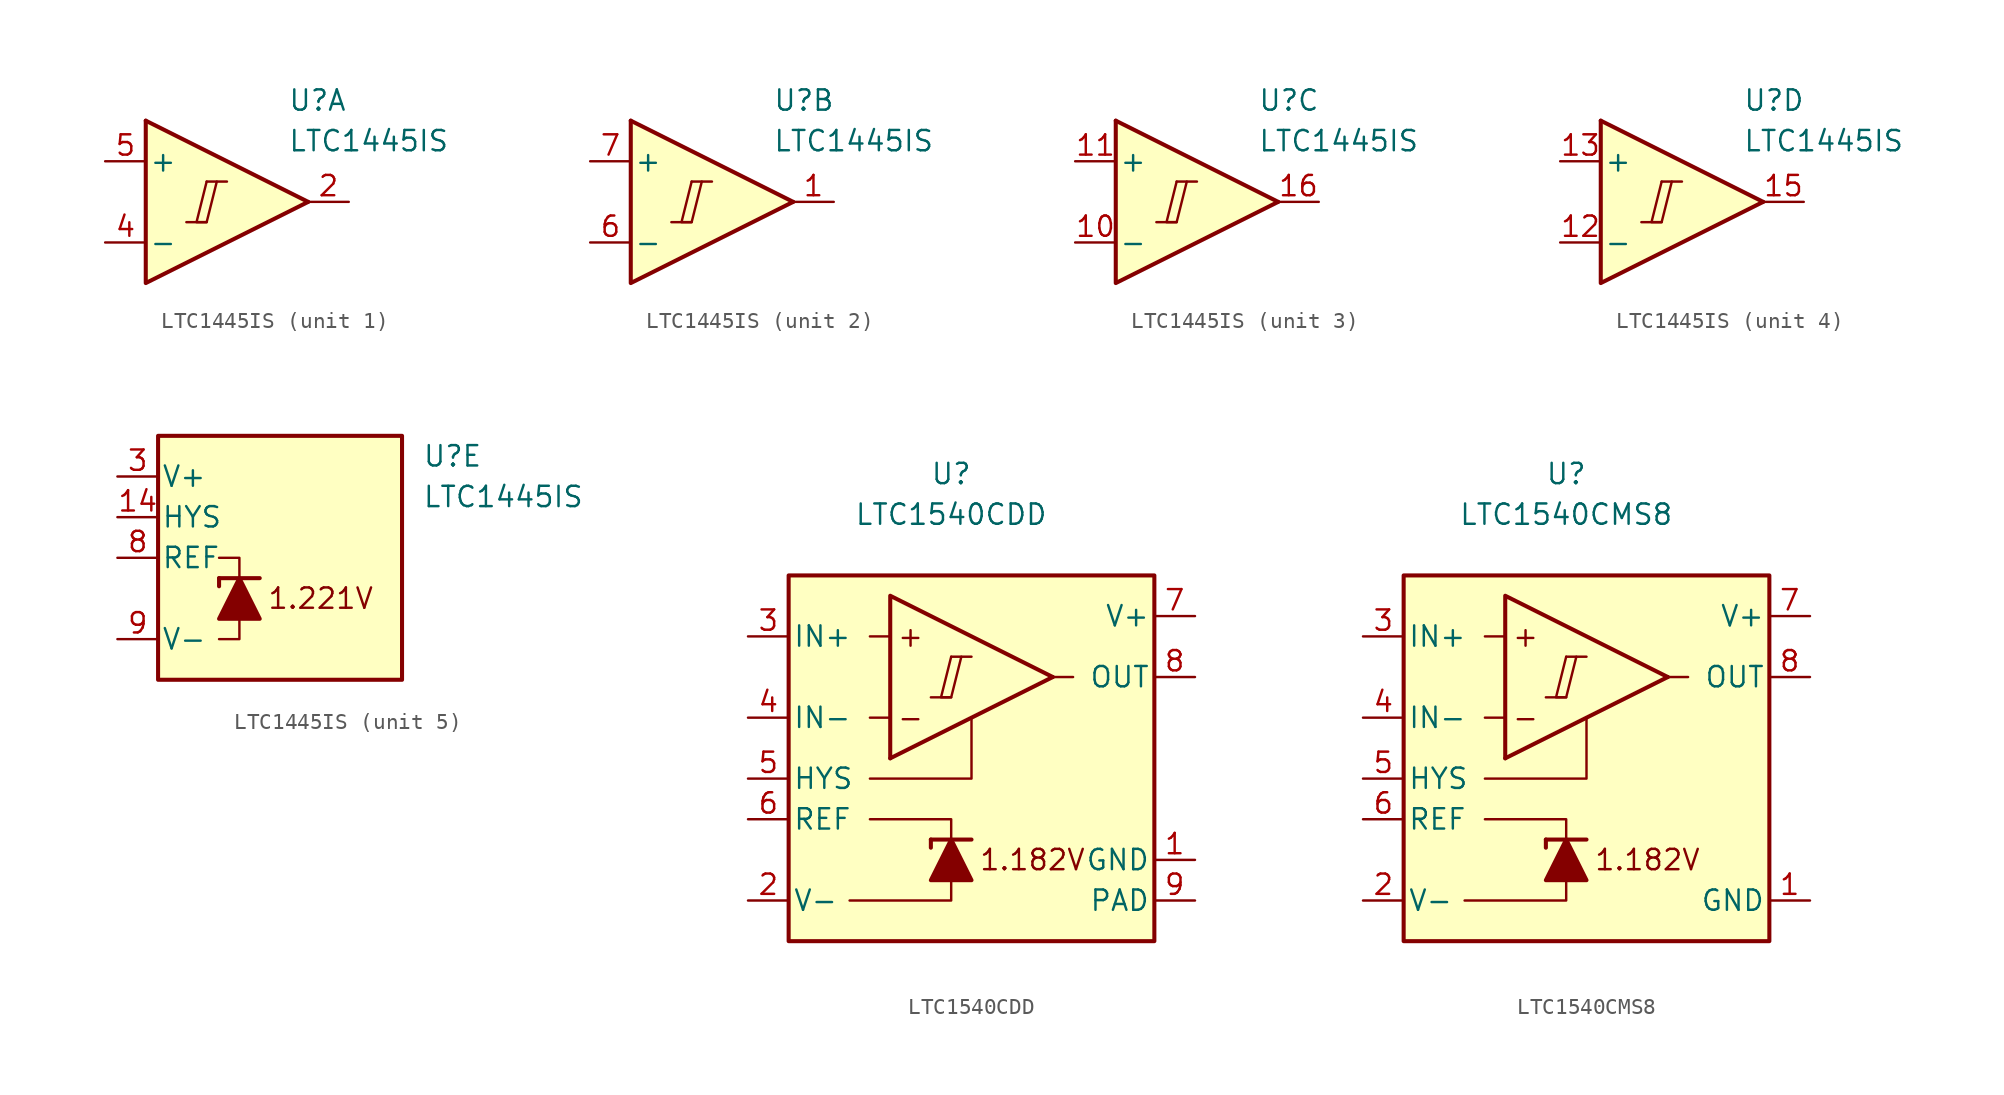
<source format=kicad_sym>
(kicad_symbol_lib
  (version 20231120)
  (generator "kicad_symbol_editor")
  (generator_version "8.0")
  (symbol "LTC1445IS"
    (pin_names
      (offset 0.2))
    (property "Reference" "U"
      (at 5.08 6.35 0)
      (effects (font (size 1.27 1.27)) (justify left)))
    (property "Value" "LTC1445IS"
      (at 5.08 3.81 0)
      (effects (font (size 1.27 1.27)) (justify left)))
    (property "ki_locked" ""
      (at 0 0 0)
      (effects (font (size 1.27 1.27))))
    (symbol "LTC1445IS_1_0"
      (polyline (pts (xy -1.27 -1.27) (xy 0 -1.27)) (stroke (width 0.152) (type default)) (fill (type none)))
      (polyline (pts (xy 0 1.27) (xy 1.27 1.27)) (stroke (width 0.152) (type default)) (fill (type none)))
      (polyline (pts (xy 0 1.27) (xy -0.635 -1.27) (xy 0 -1.27) (xy 0.635 1.27)) (stroke (width 0.152) (type default)) (fill (type none))))
    (symbol "LTC1445IS_1_1"
      (polyline (pts (xy -3.81 5.08) (xy 6.35 0)) (stroke (width 0.254) (type default)) (fill (type none)))
      (polyline (pts (xy -3.81 5.08) (xy -3.81 -5.08) (xy 6.35 0)) (stroke (width 0.254) (type default)) (fill (type background)))
      (pin output line (at 8.89 0 180) (length 2.54) (name "~" (effects (font (size 1.27 1.27)))) (number "2" (effects (font (size 1.27 1.27)))))
      (pin input line (at -6.35 -2.54 0) (length 2.54) (name "-" (effects (font (size 1.27 1.27)))) (number "4" (effects (font (size 1.27 1.27)))))
      (pin input line (at -6.35 2.54 0) (length 2.54) (name "+" (effects (font (size 1.27 1.27)))) (number "5" (effects (font (size 1.27 1.27))))))
    (symbol "LTC1445IS_2_0"
      (polyline (pts (xy -1.27 -1.27) (xy 0 -1.27)) (stroke (width 0.152) (type default)) (fill (type none)))
      (polyline (pts (xy 0 1.27) (xy 1.27 1.27)) (stroke (width 0.152) (type default)) (fill (type none)))
      (polyline (pts (xy 0 1.27) (xy -0.635 -1.27) (xy 0 -1.27) (xy 0.635 1.27)) (stroke (width 0.152) (type default)) (fill (type none))))
    (symbol "LTC1445IS_2_1"
      (polyline (pts (xy -3.81 5.08) (xy 6.35 0)) (stroke (width 0.254) (type default)) (fill (type none)))
      (polyline (pts (xy -3.81 5.08) (xy -3.81 -5.08) (xy 6.35 0)) (stroke (width 0.254) (type default)) (fill (type background)))
      (pin output line (at 8.89 0 180) (length 2.54) (name "~" (effects (font (size 1.27 1.27)))) (number "1" (effects (font (size 1.27 1.27)))))
      (pin input line (at -6.35 -2.54 0) (length 2.54) (name "-" (effects (font (size 1.27 1.27)))) (number "6" (effects (font (size 1.27 1.27)))))
      (pin input line (at -6.35 2.54 0) (length 2.54) (name "+" (effects (font (size 1.27 1.27)))) (number "7" (effects (font (size 1.27 1.27))))))
    (symbol "LTC1445IS_3_0"
      (polyline (pts (xy -1.27 -1.27) (xy 0 -1.27)) (stroke (width 0.152) (type default)) (fill (type none)))
      (polyline (pts (xy 0 1.27) (xy 1.27 1.27)) (stroke (width 0.152) (type default)) (fill (type none)))
      (polyline (pts (xy 0 1.27) (xy -0.635 -1.27) (xy 0 -1.27) (xy 0.635 1.27)) (stroke (width 0.152) (type default)) (fill (type none))))
    (symbol "LTC1445IS_3_1"
      (polyline (pts (xy -3.81 5.08) (xy 6.35 0)) (stroke (width 0.254) (type default)) (fill (type none)))
      (polyline (pts (xy -3.81 5.08) (xy -3.81 -5.08) (xy 6.35 0)) (stroke (width 0.254) (type default)) (fill (type background)))
      (pin input line (at -6.35 -2.54 0) (length 2.54) (name "-" (effects (font (size 1.27 1.27)))) (number "10" (effects (font (size 1.27 1.27)))))
      (pin input line (at -6.35 2.54 0) (length 2.54) (name "+" (effects (font (size 1.27 1.27)))) (number "11" (effects (font (size 1.27 1.27)))))
      (pin output line (at 8.89 0 180) (length 2.54) (name "~" (effects (font (size 1.27 1.27)))) (number "16" (effects (font (size 1.27 1.27))))))
    (symbol "LTC1445IS_4_0"
      (polyline (pts (xy -1.27 -1.27) (xy 0 -1.27)) (stroke (width 0.152) (type default)) (fill (type none)))
      (polyline (pts (xy 0 1.27) (xy 1.27 1.27)) (stroke (width 0.152) (type default)) (fill (type none)))
      (polyline (pts (xy 0 1.27) (xy -0.635 -1.27) (xy 0 -1.27) (xy 0.635 1.27)) (stroke (width 0.152) (type default)) (fill (type none))))
    (symbol "LTC1445IS_4_1"
      (polyline (pts (xy -3.81 5.08) (xy 6.35 0)) (stroke (width 0.254) (type default)) (fill (type none)))
      (polyline (pts (xy -3.81 5.08) (xy -3.81 -5.08) (xy 6.35 0)) (stroke (width 0.254) (type default)) (fill (type background)))
      (pin input line (at -6.35 -2.54 0) (length 2.54) (name "-" (effects (font (size 1.27 1.27)))) (number "12" (effects (font (size 1.27 1.27)))))
      (pin input line (at -6.35 2.54 0) (length 2.54) (name "+" (effects (font (size 1.27 1.27)))) (number "13" (effects (font (size 1.27 1.27)))))
      (pin output line (at 8.89 0 180) (length 2.54) (name "~" (effects (font (size 1.27 1.27)))) (number "15" (effects (font (size 1.27 1.27))))))
    (symbol "LTC1445IS_5_0"
      (text "1.221V" (at -1.27 -2.54 0) (effects (font (size 1.27 1.27)))))
    (symbol "LTC1445IS_5_1"
      (rectangle (start -11.43 7.62) (end 3.81 -7.62) (stroke (width 0.254) (type default)) (fill (type background)))
      (polyline (pts (xy -7.62 -1.27) (xy -7.62 -1.778)) (stroke (width 0.254) (type default)) (fill (type none)))
      (polyline (pts (xy -7.62 -1.27) (xy -5.08 -1.27)) (stroke (width 0.254) (type default)) (fill (type none)))
      (polyline (pts (xy -6.35 -3.81) (xy -6.35 -5.08) (xy -7.62 -5.08)) (stroke (width 0) (type default)) (fill (type none)))
      (polyline (pts (xy -6.35 -1.27) (xy -6.35 0) (xy -7.62 0)) (stroke (width 0) (type default)) (fill (type none)))
      (polyline (pts (xy -5.08 -3.81) (xy -7.62 -3.81) (xy -6.35 -1.27) (xy -5.08 -3.81)) (stroke (width 0.254) (type default)) (fill (type outline)))
      (pin input line (at -13.97 2.54 0) (length 2.54) (name "HYS" (effects (font (size 1.27 1.27)))) (number "14" (effects (font (size 1.27 1.27)))))
      (pin power_in line (at -13.97 5.08 0) (length 2.54) (name "V+" (effects (font (size 1.27 1.27)))) (number "3" (effects (font (size 1.27 1.27)))))
      (pin output line (at -13.97 0 0) (length 2.54) (name "REF" (effects (font (size 1.27 1.27)))) (number "8" (effects (font (size 1.27 1.27)))))
      (pin power_in line (at -13.97 -5.08 0) (length 2.54) (name "V-" (effects (font (size 1.27 1.27)))) (number "9" (effects (font (size 1.27 1.27)))))))
  (symbol "LTC1540CDD"
    (pin_names
      (offset 0.254))
    (property "Reference" "U"
      (at 0 16.51 0)
      (effects (font (size 1.27 1.27))))
    (property "Value" "LTC1540CDD"
      (at 0 13.97 0)
      (effects (font (size 1.27 1.27))))
    (symbol "LTC1540CDD_0_0"
      (polyline (pts (xy -1.27 2.54) (xy 0 2.54)) (stroke (width 0.152) (type default)) (fill (type none)))
      (polyline (pts (xy 0 5.08) (xy 1.27 5.08)) (stroke (width 0.152) (type default)) (fill (type none)))
      (polyline (pts (xy 6.35 3.81) (xy -3.81 -1.27)) (stroke (width 0.254) (type default)) (fill (type none)))
      (polyline (pts (xy 6.35 3.81) (xy -3.81 8.89) (xy -3.81 -1.27)) (stroke (width 0.254) (type default)) (fill (type background)))
      (polyline (pts (xy 0 5.08) (xy -0.635 2.54) (xy 0 2.54) (xy 0.635 5.08)) (stroke (width 0.152) (type default)) (fill (type none)))
      (text "+" (at -2.54 6.35 0) (effects (font (size 1.27 1.27))))
      (text "-" (at -2.54 1.27 0) (effects (font (size 1.27 1.27)))))
    (symbol "LTC1540CDD_0_1"
      (polyline (pts (xy -3.81 1.27) (xy -5.08 1.27)) (stroke (width 0) (type default)) (fill (type none)))
      (polyline (pts (xy -3.81 6.35) (xy -5.08 6.35)) (stroke (width 0) (type default)) (fill (type none)))
      (polyline (pts (xy -1.27 -6.35) (xy -1.27 -6.858)) (stroke (width 0.254) (type default)) (fill (type none)))
      (polyline (pts (xy -1.27 -6.35) (xy 1.27 -6.35)) (stroke (width 0.254) (type default)) (fill (type none)))
      (polyline (pts (xy 6.35 3.81) (xy 7.62 3.81)) (stroke (width 0) (type default)) (fill (type none)))
      (polyline (pts (xy 0 -8.89) (xy 0 -10.16) (xy -6.35 -10.16)) (stroke (width 0) (type default)) (fill (type none)))
      (polyline (pts (xy 0 -6.35) (xy 0 -5.08) (xy -5.08 -5.08)) (stroke (width 0) (type default)) (fill (type none)))
      (polyline (pts (xy 1.27 1.27) (xy 1.27 -2.54) (xy -5.08 -2.54)) (stroke (width 0) (type default)) (fill (type none)))
      (polyline (pts (xy 1.27 -8.89) (xy -1.27 -8.89) (xy 0 -6.35) (xy 1.27 -8.89)) (stroke (width 0.254) (type default)) (fill (type outline)))
      (rectangle (start 12.7 10.16) (end -10.16 -12.7) (stroke (width 0.254) (type default)) (fill (type background))))
    (symbol "LTC1540CDD_1_0"
      (text "1.182V" (at 5.08 -7.62 0) (effects (font (size 1.27 1.27)))))
    (symbol "LTC1540CDD_1_1"
      (pin power_in line (at 15.24 -7.62 180) (length 2.54) (name "GND" (effects (font (size 1.27 1.27)))) (number "1" (effects (font (size 1.27 1.27)))))
      (pin power_in line (at -12.7 -10.16 0) (length 2.54) (name "V-" (effects (font (size 1.27 1.27)))) (number "2" (effects (font (size 1.27 1.27)))))
      (pin input line (at -12.7 6.35 0) (length 2.54) (name "IN+" (effects (font (size 1.27 1.27)))) (number "3" (effects (font (size 1.27 1.27)))))
      (pin input line (at -12.7 1.27 0) (length 2.54) (name "IN-" (effects (font (size 1.27 1.27)))) (number "4" (effects (font (size 1.27 1.27)))))
      (pin input line (at -12.7 -2.54 0) (length 2.54) (name "HYS" (effects (font (size 1.27 1.27)))) (number "5" (effects (font (size 1.27 1.27)))))
      (pin output line (at -12.7 -5.08 0) (length 2.54) (name "REF" (effects (font (size 1.27 1.27)))) (number "6" (effects (font (size 1.27 1.27)))))
      (pin power_in line (at 15.24 7.62 180) (length 2.54) (name "V+" (effects (font (size 1.27 1.27)))) (number "7" (effects (font (size 1.27 1.27)))))
      (pin output line (at 15.24 3.81 180) (length 2.54) (name "OUT" (effects (font (size 1.27 1.27)))) (number "8" (effects (font (size 1.27 1.27)))))
      (pin power_in line (at 15.24 -10.16 180) (length 2.54) (name "PAD" (effects (font (size 1.27 1.27)))) (number "9" (effects (font (size 1.27 1.27)))))))
  (symbol "LTC1540CMS8"
    (pin_names
      (offset 0.254))
    (property "Reference" "U"
      (at 0 16.51 0)
      (effects (font (size 1.27 1.27))))
    (property "Value" "LTC1540CMS8"
      (at 0 13.97 0)
      (effects (font (size 1.27 1.27))))
    (symbol "LTC1540CMS8_0_0"
      (polyline (pts (xy -1.27 2.54) (xy 0 2.54)) (stroke (width 0.152) (type default)) (fill (type none)))
      (polyline (pts (xy 0 5.08) (xy 1.27 5.08)) (stroke (width 0.152) (type default)) (fill (type none)))
      (polyline (pts (xy 6.35 3.81) (xy -3.81 -1.27)) (stroke (width 0.254) (type default)) (fill (type none)))
      (polyline (pts (xy 6.35 3.81) (xy -3.81 8.89) (xy -3.81 -1.27)) (stroke (width 0.254) (type default)) (fill (type background)))
      (polyline (pts (xy 0 5.08) (xy -0.635 2.54) (xy 0 2.54) (xy 0.635 5.08)) (stroke (width 0.152) (type default)) (fill (type none)))
      (text "+" (at -2.54 6.35 0) (effects (font (size 1.27 1.27))))
      (text "-" (at -2.54 1.27 0) (effects (font (size 1.27 1.27)))))
    (symbol "LTC1540CMS8_0_1"
      (polyline (pts (xy -3.81 1.27) (xy -5.08 1.27)) (stroke (width 0) (type default)) (fill (type none)))
      (polyline (pts (xy -3.81 6.35) (xy -5.08 6.35)) (stroke (width 0) (type default)) (fill (type none)))
      (polyline (pts (xy -1.27 -6.35) (xy -1.27 -6.858)) (stroke (width 0.254) (type default)) (fill (type none)))
      (polyline (pts (xy -1.27 -6.35) (xy 1.27 -6.35)) (stroke (width 0.254) (type default)) (fill (type none)))
      (polyline (pts (xy 6.35 3.81) (xy 7.62 3.81)) (stroke (width 0) (type default)) (fill (type none)))
      (polyline (pts (xy 0 -8.89) (xy 0 -10.16) (xy -6.35 -10.16)) (stroke (width 0) (type default)) (fill (type none)))
      (polyline (pts (xy 0 -6.35) (xy 0 -5.08) (xy -5.08 -5.08)) (stroke (width 0) (type default)) (fill (type none)))
      (polyline (pts (xy 1.27 1.27) (xy 1.27 -2.54) (xy -5.08 -2.54)) (stroke (width 0) (type default)) (fill (type none)))
      (polyline (pts (xy 1.27 -8.89) (xy -1.27 -8.89) (xy 0 -6.35) (xy 1.27 -8.89)) (stroke (width 0.254) (type default)) (fill (type outline)))
      (rectangle (start 12.7 10.16) (end -10.16 -12.7) (stroke (width 0.254) (type default)) (fill (type background))))
    (symbol "LTC1540CMS8_1_0"
      (text "1.182V" (at 5.08 -7.62 0) (effects (font (size 1.27 1.27)))))
    (symbol "LTC1540CMS8_1_1"
      (pin power_in line (at 15.24 -10.16 180) (length 2.54) (name "GND" (effects (font (size 1.27 1.27)))) (number "1" (effects (font (size 1.27 1.27)))))
      (pin power_in line (at -12.7 -10.16 0) (length 2.54) (name "V-" (effects (font (size 1.27 1.27)))) (number "2" (effects (font (size 1.27 1.27)))))
      (pin input line (at -12.7 6.35 0) (length 2.54) (name "IN+" (effects (font (size 1.27 1.27)))) (number "3" (effects (font (size 1.27 1.27)))))
      (pin input line (at -12.7 1.27 0) (length 2.54) (name "IN-" (effects (font (size 1.27 1.27)))) (number "4" (effects (font (size 1.27 1.27)))))
      (pin input line (at -12.7 -2.54 0) (length 2.54) (name "HYS" (effects (font (size 1.27 1.27)))) (number "5" (effects (font (size 1.27 1.27)))))
      (pin output line (at -12.7 -5.08 0) (length 2.54) (name "REF" (effects (font (size 1.27 1.27)))) (number "6" (effects (font (size 1.27 1.27)))))
      (pin power_in line (at 15.24 7.62 180) (length 2.54) (name "V+" (effects (font (size 1.27 1.27)))) (number "7" (effects (font (size 1.27 1.27)))))
      (pin output line (at 15.24 3.81 180) (length 2.54) (name "OUT" (effects (font (size 1.27 1.27)))) (number "8" (effects (font (size 1.27 1.27))))))))
</source>
